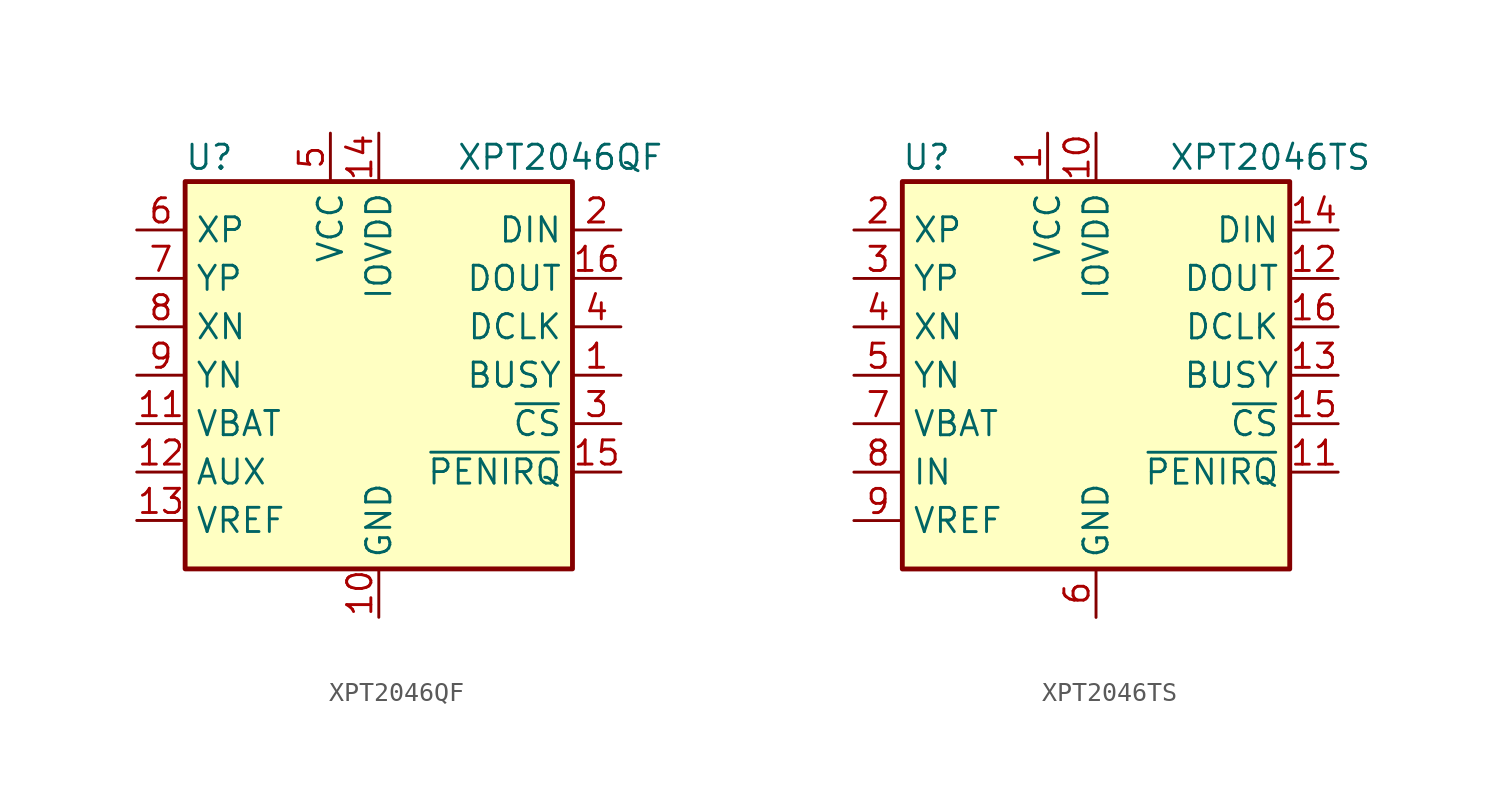
<source format=kicad_sym>
(kicad_symbol_lib
  (version 20201005)
  (generator kicad_symbol_editor)
  (symbol "XPT2046QF"
    (property "Reference" "U"
      (at -8.89 11.43 0)
      (effects (font (size 1.27 1.27))))
    (property "Value" "XPT2046QF"
      (at 4.064 11.43 0)
      (effects (font (size 1.27 1.27)) (justify left)))
    (symbol "XPT2046QF_0_1"
      (rectangle (start -10.16 10.16) (end 10.16 -10.16) (stroke (width 0.254)) (fill (type background))))
    (symbol "XPT2046QF_1_1"
      (pin output line (at 12.7 0 180) (length 2.54) (name "BUSY" (effects (font (size 1.27 1.27)))) (number "1" (effects (font (size 1.27 1.27)))))
      (pin power_in line (at 0 -12.7 90) (length 2.54) (name "GND" (effects (font (size 1.27 1.27)))) (number "10" (effects (font (size 1.27 1.27)))))
      (pin power_in line (at -12.7 -2.54 0) (length 2.54) (name "VBAT" (effects (font (size 1.27 1.27)))) (number "11" (effects (font (size 1.27 1.27)))))
      (pin input line (at -12.7 -5.08 0) (length 2.54) (name "AUX" (effects (font (size 1.27 1.27)))) (number "12" (effects (font (size 1.27 1.27)))))
      (pin bidirectional line (at -12.7 -7.62 0) (length 2.54) (name "VREF" (effects (font (size 1.27 1.27)))) (number "13" (effects (font (size 1.27 1.27)))))
      (pin power_in line (at 0 12.7 270) (length 2.54) (name "IOVDD" (effects (font (size 1.27 1.27)))) (number "14" (effects (font (size 1.27 1.27)))))
      (pin open_collector line (at 12.7 -5.08 180) (length 2.54) (name "~PENIRQ" (effects (font (size 1.27 1.27)))) (number "15" (effects (font (size 1.27 1.27)))))
      (pin output line (at 12.7 5.08 180) (length 2.54) (name "DOUT" (effects (font (size 1.27 1.27)))) (number "16" (effects (font (size 1.27 1.27)))))
      (pin no_connect line (at 12.7 -7.62 180) (length 2.54) hide (name "NC" (effects (font (size 1.27 1.27)))) (number "17" (effects (font (size 1.27 1.27)))))
      (pin input line (at 12.7 7.62 180) (length 2.54) (name "DIN" (effects (font (size 1.27 1.27)))) (number "2" (effects (font (size 1.27 1.27)))))
      (pin input line (at 12.7 -2.54 180) (length 2.54) (name "~CS" (effects (font (size 1.27 1.27)))) (number "3" (effects (font (size 1.27 1.27)))))
      (pin input line (at 12.7 2.54 180) (length 2.54) (name "DCLK" (effects (font (size 1.27 1.27)))) (number "4" (effects (font (size 1.27 1.27)))))
      (pin power_in line (at -2.54 12.7 270) (length 2.54) (name "VCC" (effects (font (size 1.27 1.27)))) (number "5" (effects (font (size 1.27 1.27)))))
      (pin input line (at -12.7 7.62 0) (length 2.54) (name "XP" (effects (font (size 1.27 1.27)))) (number "6" (effects (font (size 1.27 1.27)))))
      (pin input line (at -12.7 5.08 0) (length 2.54) (name "YP" (effects (font (size 1.27 1.27)))) (number "7" (effects (font (size 1.27 1.27)))))
      (pin input line (at -12.7 2.54 0) (length 2.54) (name "XN" (effects (font (size 1.27 1.27)))) (number "8" (effects (font (size 1.27 1.27)))))
      (pin input line (at -12.7 0 0) (length 2.54) (name "YN" (effects (font (size 1.27 1.27)))) (number "9" (effects (font (size 1.27 1.27)))))))
  (symbol "XPT2046TS"
    (property "Reference" "U"
      (at -8.89 11.43 0)
      (effects (font (size 1.27 1.27))))
    (property "Value" "XPT2046TS"
      (at 3.81 11.43 0)
      (effects (font (size 1.27 1.27)) (justify left)))
    (symbol "XPT2046TS_0_1"
      (rectangle (start -10.16 10.16) (end 10.16 -10.16) (stroke (width 0.254)) (fill (type background))))
    (symbol "XPT2046TS_1_1"
      (pin power_in line (at -2.54 12.7 270) (length 2.54) (name "VCC" (effects (font (size 1.27 1.27)))) (number "1" (effects (font (size 1.27 1.27)))))
      (pin power_in line (at 0 12.7 270) (length 2.54) (name "IOVDD" (effects (font (size 1.27 1.27)))) (number "10" (effects (font (size 1.27 1.27)))))
      (pin open_collector line (at 12.7 -5.08 180) (length 2.54) (name "~PENIRQ" (effects (font (size 1.27 1.27)))) (number "11" (effects (font (size 1.27 1.27)))))
      (pin output line (at 12.7 5.08 180) (length 2.54) (name "DOUT" (effects (font (size 1.27 1.27)))) (number "12" (effects (font (size 1.27 1.27)))))
      (pin output line (at 12.7 0 180) (length 2.54) (name "BUSY" (effects (font (size 1.27 1.27)))) (number "13" (effects (font (size 1.27 1.27)))))
      (pin input line (at 12.7 7.62 180) (length 2.54) (name "DIN" (effects (font (size 1.27 1.27)))) (number "14" (effects (font (size 1.27 1.27)))))
      (pin input line (at 12.7 -2.54 180) (length 2.54) (name "~CS" (effects (font (size 1.27 1.27)))) (number "15" (effects (font (size 1.27 1.27)))))
      (pin input line (at 12.7 2.54 180) (length 2.54) (name "DCLK" (effects (font (size 1.27 1.27)))) (number "16" (effects (font (size 1.27 1.27)))))
      (pin input line (at -12.7 7.62 0) (length 2.54) (name "XP" (effects (font (size 1.27 1.27)))) (number "2" (effects (font (size 1.27 1.27)))))
      (pin input line (at -12.7 5.08 0) (length 2.54) (name "YP" (effects (font (size 1.27 1.27)))) (number "3" (effects (font (size 1.27 1.27)))))
      (pin input line (at -12.7 2.54 0) (length 2.54) (name "XN" (effects (font (size 1.27 1.27)))) (number "4" (effects (font (size 1.27 1.27)))))
      (pin input line (at -12.7 0 0) (length 2.54) (name "YN" (effects (font (size 1.27 1.27)))) (number "5" (effects (font (size 1.27 1.27)))))
      (pin power_in line (at 0 -12.7 90) (length 2.54) (name "GND" (effects (font (size 1.27 1.27)))) (number "6" (effects (font (size 1.27 1.27)))))
      (pin power_in line (at -12.7 -2.54 0) (length 2.54) (name "VBAT" (effects (font (size 1.27 1.27)))) (number "7" (effects (font (size 1.27 1.27)))))
      (pin input line (at -12.7 -5.08 0) (length 2.54) (name "IN" (effects (font (size 1.27 1.27)))) (number "8" (effects (font (size 1.27 1.27)))))
      (pin bidirectional line (at -12.7 -7.62 0) (length 2.54) (name "VREF" (effects (font (size 1.27 1.27)))) (number "9" (effects (font (size 1.27 1.27))))))))
</source>
